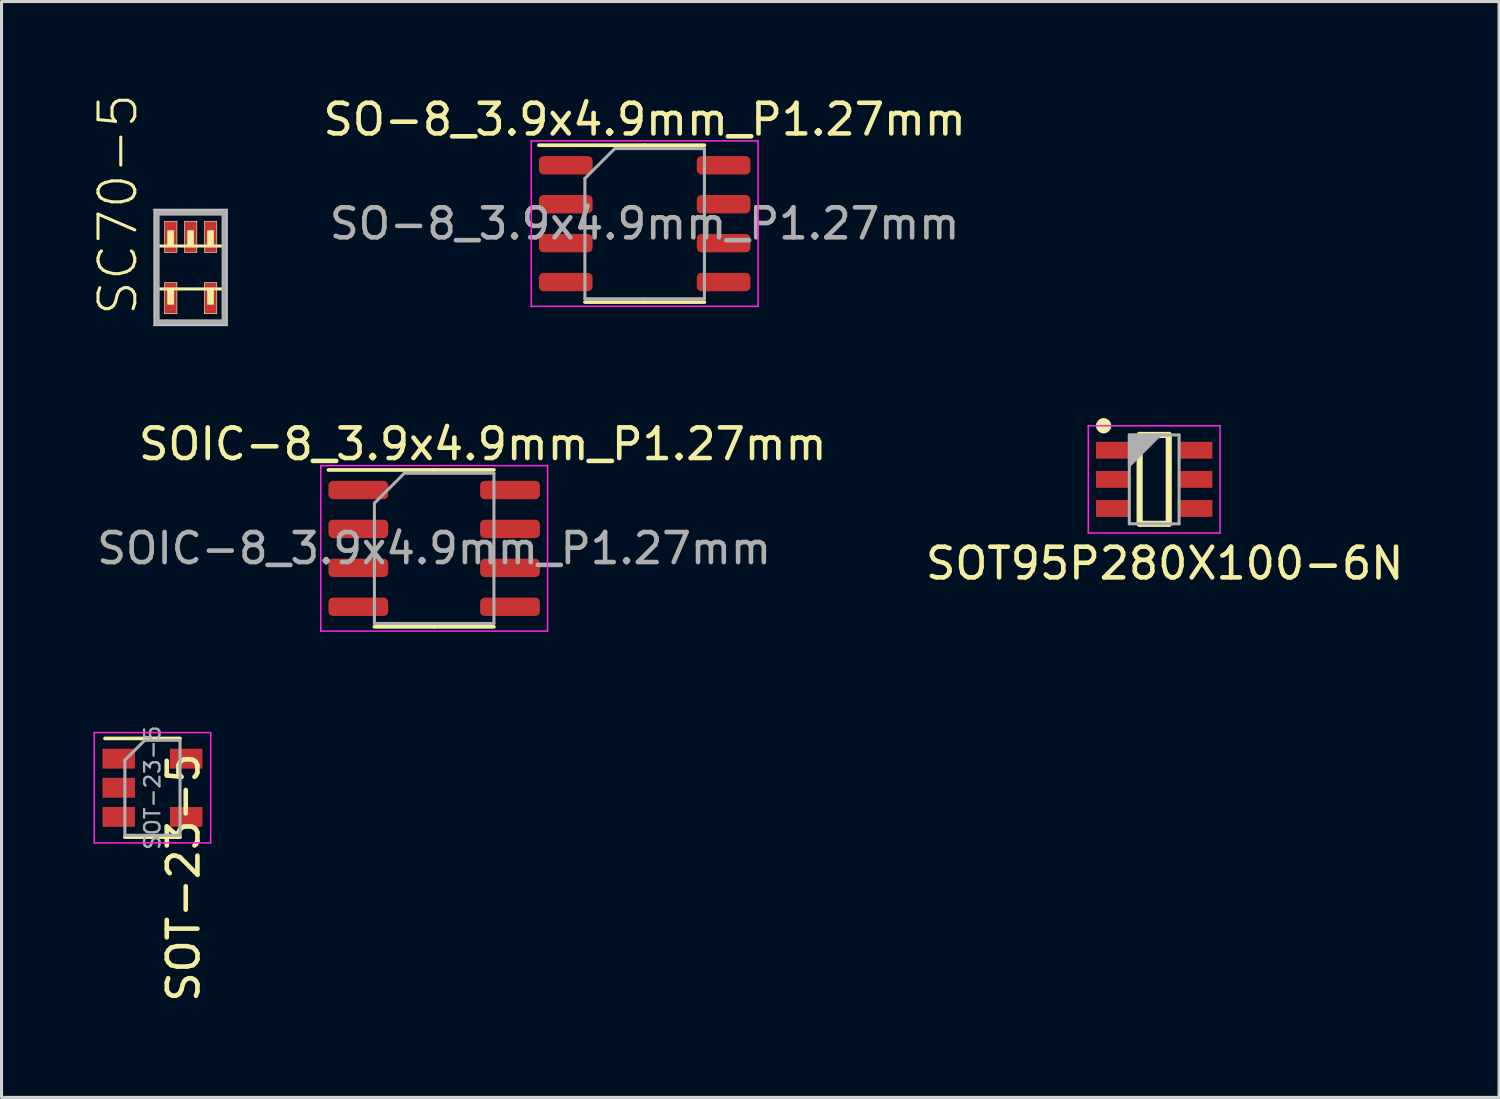
<source format=kicad_pcb>
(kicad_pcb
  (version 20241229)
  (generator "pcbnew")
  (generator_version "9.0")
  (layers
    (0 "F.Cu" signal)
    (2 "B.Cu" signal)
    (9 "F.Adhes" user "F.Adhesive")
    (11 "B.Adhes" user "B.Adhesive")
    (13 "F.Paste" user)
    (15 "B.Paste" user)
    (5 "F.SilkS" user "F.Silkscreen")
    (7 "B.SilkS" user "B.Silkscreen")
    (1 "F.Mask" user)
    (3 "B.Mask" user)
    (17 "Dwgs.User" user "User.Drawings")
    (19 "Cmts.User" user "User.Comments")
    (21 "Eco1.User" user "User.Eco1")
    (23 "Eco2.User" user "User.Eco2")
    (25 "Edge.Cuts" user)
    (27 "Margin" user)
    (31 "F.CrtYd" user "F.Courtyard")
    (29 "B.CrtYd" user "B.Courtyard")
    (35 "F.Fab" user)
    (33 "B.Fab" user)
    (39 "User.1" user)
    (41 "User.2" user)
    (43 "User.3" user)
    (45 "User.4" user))
  (footprint "SOT-23-5"
    (layer "F.Cu")
    (at 1.925 22.655)
    (property "Reference" "SOT-23-5" (at 1.012 2.93 90) (layer "F.SilkS") (effects (font (size 1 1) (thickness 0.15))))
    (attr smd)
    (fp_line (start -0.9 1.61) (end 0.9 1.61) (stroke (width 0.12) (type solid)) (layer "F.SilkS"))
    (fp_line (start 0.9 -1.61) (end -1.55 -1.61) (stroke (width 0.12) (type solid)) (layer "F.SilkS"))
    (fp_line (start -1.9 -1.8) (end 1.9 -1.8) (stroke (width 0.05) (type solid)) (layer "F.CrtYd"))
    (fp_line (start -1.9 1.8) (end -1.9 -1.8) (stroke (width 0.05) (type solid)) (layer "F.CrtYd"))
    (fp_line (start 1.9 -1.8) (end 1.9 1.8) (stroke (width 0.05) (type solid)) (layer "F.CrtYd"))
    (fp_line (start 1.9 1.8) (end -1.9 1.8) (stroke (width 0.05) (type solid)) (layer "F.CrtYd"))
    (fp_line (start -0.9 -0.9) (end -0.9 1.55) (stroke (width 0.1) (type solid)) (layer "F.Fab"))
    (fp_line (start -0.9 -0.9) (end -0.25 -1.55) (stroke (width 0.1) (type solid)) (layer "F.Fab"))
    (fp_line (start 0.9 -1.55) (end -0.25 -1.55) (stroke (width 0.1) (type solid)) (layer "F.Fab"))
    (fp_line (start 0.9 -1.55) (end 0.9 1.55) (stroke (width 0.1) (type solid)) (layer "F.Fab"))
    (fp_line (start 0.9 1.55) (end -0.9 1.55) (stroke (width 0.1) (type solid)) (layer "F.Fab"))
    (fp_text user "${REFERENCE}" (at 0 0 270) (layer "F.Fab") (effects (font (size 0.5 0.5) (thickness 0.075))))
    (pad "1" smd rect (at -1.1 -0.95) (size 1.06 0.65) (layers "F.Cu" "F.Mask" "F.Paste"))
    (pad "2" smd rect (at -1.1 0) (size 1.06 0.65) (layers "F.Cu" "F.Mask" "F.Paste"))
    (pad "3" smd rect (at -1.1 0.95) (size 1.06 0.65) (layers "F.Cu" "F.Mask" "F.Paste"))
    (pad "4" smd rect (at 1.1 0.95) (size 1.06 0.65) (layers "F.Cu" "F.Mask" "F.Paste"))
    (pad "5" smd rect (at 1.1 -0.95) (size 1.06 0.65) (layers "F.Cu" "F.Mask" "F.Paste")))
  (footprint "SOIC-8_3.9x4.9mm_P1.27mm"
    (layer "F.Cu")
    (at 11.117 14.844)
    (property "Reference" "SOIC-8_3.9x4.9mm_P1.27mm" (at 1.587 -3.404 0) (layer "F.SilkS") (effects (font (size 1 1) (thickness 0.15))))
    (attr smd)
    (fp_line (start 0 -2.56) (end -3.45 -2.56) (stroke (width 0.12) (type solid)) (layer "F.SilkS"))
    (fp_line (start 0 -2.56) (end 1.95 -2.56) (stroke (width 0.12) (type solid)) (layer "F.SilkS"))
    (fp_line (start 0 2.56) (end -1.95 2.56) (stroke (width 0.12) (type solid)) (layer "F.SilkS"))
    (fp_line (start 0 2.56) (end 1.95 2.56) (stroke (width 0.12) (type solid)) (layer "F.SilkS"))
    (fp_line (start -3.7 -2.7) (end -3.7 2.7) (stroke (width 0.05) (type solid)) (layer "F.CrtYd"))
    (fp_line (start -3.7 2.7) (end 3.7 2.7) (stroke (width 0.05) (type solid)) (layer "F.CrtYd"))
    (fp_line (start 3.7 -2.7) (end -3.7 -2.7) (stroke (width 0.05) (type solid)) (layer "F.CrtYd"))
    (fp_line (start 3.7 2.7) (end 3.7 -2.7) (stroke (width 0.05) (type solid)) (layer "F.CrtYd"))
    (fp_line (start -1.95 -1.475) (end -0.975 -2.45) (stroke (width 0.1) (type solid)) (layer "F.Fab"))
    (fp_line (start -1.95 2.45) (end -1.95 -1.475) (stroke (width 0.1) (type solid)) (layer "F.Fab"))
    (fp_line (start -0.975 -2.45) (end 1.95 -2.45) (stroke (width 0.1) (type solid)) (layer "F.Fab"))
    (fp_line (start 1.95 -2.45) (end 1.95 2.45) (stroke (width 0.1) (type solid)) (layer "F.Fab"))
    (fp_line (start 1.95 2.45) (end -1.95 2.45) (stroke (width 0.1) (type solid)) (layer "F.Fab"))
    (fp_text user "${REFERENCE}" (at 0 0 0) (layer "F.Fab") (effects (font (size 0.98 0.98) (thickness 0.15))))
    (pad "1" smd roundrect (at -2.475 -1.905) (size 1.95 0.6) (layers "F.Cu" "F.Mask" "F.Paste") (roundrect_rratio 0.25))
    (pad "2" smd roundrect (at -2.475 -0.635) (size 1.95 0.6) (layers "F.Cu" "F.Mask" "F.Paste") (roundrect_rratio 0.25))
    (pad "3" smd roundrect (at -2.475 0.635) (size 1.95 0.6) (layers "F.Cu" "F.Mask" "F.Paste") (roundrect_rratio 0.25))
    (pad "4" smd roundrect (at -2.475 1.905) (size 1.95 0.6) (layers "F.Cu" "F.Mask" "F.Paste") (roundrect_rratio 0.25))
    (pad "5" smd roundrect (at 2.475 1.905) (size 1.95 0.6) (layers "F.Cu" "F.Mask" "F.Paste") (roundrect_rratio 0.25))
    (pad "6" smd roundrect (at 2.475 0.635) (size 1.95 0.6) (layers "F.Cu" "F.Mask" "F.Paste") (roundrect_rratio 0.25))
    (pad "7" smd roundrect (at 2.475 -0.635) (size 1.95 0.6) (layers "F.Cu" "F.Mask" "F.Paste") (roundrect_rratio 0.25))
    (pad "8" smd roundrect (at 2.475 -1.905) (size 1.95 0.6) (layers "F.Cu" "F.Mask" "F.Paste") (roundrect_rratio 0.25)))
  (footprint "SO-8_3.9x4.9mm_P1.27mm"
    (layer "F.Cu")
    (at 17.986 4.248)
    (property "Reference" "SO-8_3.9x4.9mm_P1.27mm" (at 0 -3.4 0) (layer "F.SilkS") (effects (font (size 1 1) (thickness 0.15))))
    (attr smd)
    (fp_line (start 0 -2.56) (end -3.45 -2.56) (stroke (width 0.12) (type solid)) (layer "F.SilkS"))
    (fp_line (start 0 -2.56) (end 1.95 -2.56) (stroke (width 0.12) (type solid)) (layer "F.SilkS"))
    (fp_line (start 0 2.56) (end -1.95 2.56) (stroke (width 0.12) (type solid)) (layer "F.SilkS"))
    (fp_line (start 0 2.56) (end 1.95 2.56) (stroke (width 0.12) (type solid)) (layer "F.SilkS"))
    (fp_line (start -3.7 -2.7) (end -3.7 2.7) (stroke (width 0.05) (type solid)) (layer "F.CrtYd"))
    (fp_line (start -3.7 2.7) (end 3.7 2.7) (stroke (width 0.05) (type solid)) (layer "F.CrtYd"))
    (fp_line (start 3.7 -2.7) (end -3.7 -2.7) (stroke (width 0.05) (type solid)) (layer "F.CrtYd"))
    (fp_line (start 3.7 2.7) (end 3.7 -2.7) (stroke (width 0.05) (type solid)) (layer "F.CrtYd"))
    (fp_line (start -1.95 -1.475) (end -0.975 -2.45) (stroke (width 0.1) (type solid)) (layer "F.Fab"))
    (fp_line (start -1.95 2.45) (end -1.95 -1.475) (stroke (width 0.1) (type solid)) (layer "F.Fab"))
    (fp_line (start -0.975 -2.45) (end 1.95 -2.45) (stroke (width 0.1) (type solid)) (layer "F.Fab"))
    (fp_line (start 1.95 -2.45) (end 1.95 2.45) (stroke (width 0.1) (type solid)) (layer "F.Fab"))
    (fp_line (start 1.95 2.45) (end -1.95 2.45) (stroke (width 0.1) (type solid)) (layer "F.Fab"))
    (fp_text user "${REFERENCE}" (at 0 0 0) (layer "F.Fab") (effects (font (size 0.98 0.98) (thickness 0.15))))
    (pad "1" smd roundrect (at -2.575 -1.905) (size 1.75 0.6) (layers "F.Cu" "F.Mask" "F.Paste") (roundrect_rratio 0.25))
    (pad "2" smd roundrect (at -2.575 -0.635) (size 1.75 0.6) (layers "F.Cu" "F.Mask" "F.Paste") (roundrect_rratio 0.25))
    (pad "3" smd roundrect (at -2.575 0.635) (size 1.75 0.6) (layers "F.Cu" "F.Mask" "F.Paste") (roundrect_rratio 0.25))
    (pad "4" smd roundrect (at -2.575 1.905) (size 1.75 0.6) (layers "F.Cu" "F.Mask" "F.Paste") (roundrect_rratio 0.25))
    (pad "5" smd roundrect (at 2.575 1.905) (size 1.75 0.6) (layers "F.Cu" "F.Mask" "F.Paste") (roundrect_rratio 0.25))
    (pad "6" smd roundrect (at 2.575 0.635) (size 1.75 0.6) (layers "F.Cu" "F.Mask" "F.Paste") (roundrect_rratio 0.25))
    (pad "7" smd roundrect (at 2.575 -0.635) (size 1.75 0.6) (layers "F.Cu" "F.Mask" "F.Paste") (roundrect_rratio 0.25))
    (pad "8" smd roundrect (at 2.575 -1.905) (size 1.75 0.6) (layers "F.Cu" "F.Mask" "F.Paste") (roundrect_rratio 0.25)))
  (footprint "SC70-5"
    (placed yes)
    (layer "F.Cu")
    (at 3.17 5.677)
    (property "Reference" "SC70-5" (at -1.67 1.64 90) (layer "F.SilkS") (effects (font (size 1.2 1.2) (thickness 0.1)) (justify left bottom)))
    (attr through_hole)
    (fp_line (start -1.1 -0.7) (end -1.1 0.7) (stroke (width 0.1) (type solid)) (layer "F.SilkS"))
    (fp_line (start -1.1 0.7) (end 1.1 0.7) (stroke (width 0.1) (type solid)) (layer "F.SilkS"))
    (fp_line (start -0.853 -1.508) (end -0.447 -1.508) (stroke (width 0.02) (type solid)) (layer "F.SilkS"))
    (fp_line (start -0.853 -0.492) (end -0.853 -1.508) (stroke (width 0.02) (type solid)) (layer "F.SilkS"))
    (fp_line (start -0.853 0.492) (end -0.447 0.492) (stroke (width 0.02) (type solid)) (layer "F.SilkS"))
    (fp_line (start -0.853 1.508) (end -0.853 0.492) (stroke (width 0.02) (type solid)) (layer "F.SilkS"))
    (fp_line (start -0.447 -1.508) (end -0.447 -0.492) (stroke (width 0.02) (type solid)) (layer "F.SilkS"))
    (fp_line (start -0.447 -0.492) (end -0.853 -0.492) (stroke (width 0.02) (type solid)) (layer "F.SilkS"))
    (fp_line (start -0.447 0.492) (end -0.447 1.508) (stroke (width 0.02) (type solid)) (layer "F.SilkS"))
    (fp_line (start -0.447 1.508) (end -0.853 1.508) (stroke (width 0.02) (type solid)) (layer "F.SilkS"))
    (fp_line (start -0.203 -1.508) (end 0.203 -1.508) (stroke (width 0.02) (type solid)) (layer "F.SilkS"))
    (fp_line (start -0.203 -0.492) (end -0.203 -1.508) (stroke (width 0.02) (type solid)) (layer "F.SilkS"))
    (fp_line (start 0.203 -1.508) (end 0.203 -0.492) (stroke (width 0.02) (type solid)) (layer "F.SilkS"))
    (fp_line (start 0.203 -0.492) (end -0.203 -0.492) (stroke (width 0.02) (type solid)) (layer "F.SilkS"))
    (fp_line (start 0.447 -1.508) (end 0.853 -1.508) (stroke (width 0.02) (type solid)) (layer "F.SilkS"))
    (fp_line (start 0.447 -0.492) (end 0.447 -1.508) (stroke (width 0.02) (type solid)) (layer "F.SilkS"))
    (fp_line (start 0.447 0.492) (end 0.853 0.492) (stroke (width 0.02) (type solid)) (layer "F.SilkS"))
    (fp_line (start 0.447 1.508) (end 0.447 0.492) (stroke (width 0.02) (type solid)) (layer "F.SilkS"))
    (fp_line (start 0.853 -1.508) (end 0.853 -0.492) (stroke (width 0.02) (type solid)) (layer "F.SilkS"))
    (fp_line (start 0.853 -0.492) (end 0.447 -0.492) (stroke (width 0.02) (type solid)) (layer "F.SilkS"))
    (fp_line (start 0.853 0.492) (end 0.853 1.508) (stroke (width 0.02) (type solid)) (layer "F.SilkS"))
    (fp_line (start 0.853 1.508) (end 0.447 1.508) (stroke (width 0.02) (type solid)) (layer "F.SilkS"))
    (fp_line (start 1.1 -0.7) (end -1.1 -0.7) (stroke (width 0.1) (type solid)) (layer "F.SilkS"))
    (fp_line (start 1.1 0.7) (end 1.1 -0.7) (stroke (width 0.1) (type solid)) (layer "F.SilkS"))
    (fp_poly (pts (xy -0.55 -0.7) (xy -0.75 -0.7) (xy -0.75 -1.2) (xy -0.55 -1.2) (xy -0.55 -0.7)) (stroke (width 0.02) (type solid)) (fill yes) (layer "F.SilkS"))
    (fp_poly (pts (xy -0.55 0.7) (xy -0.55 1.2) (xy -0.75 1.2) (xy -0.75 0.7) (xy -0.55 0.7)) (stroke (width 0.02) (type solid)) (fill yes) (layer "F.SilkS"))
    (fp_poly (pts (xy -0.1 -0.7) (xy -0.1 -1.2) (xy 0.1 -1.2) (xy 0.1 -0.7) (xy -0.1 -0.7)) (stroke (width 0.02) (type solid)) (fill yes) (layer "F.SilkS"))
    (fp_poly (pts (xy 0.55 -0.7) (xy 0.55 -1.2) (xy 0.75 -1.2) (xy 0.75 -0.7) (xy 0.55 -0.7)) (stroke (width 0.02) (type solid)) (fill yes) (layer "F.SilkS"))
    (fp_poly (pts (xy 0.55 1.2) (xy 0.55 0.7) (xy 0.75 0.7) (xy 0.75 1.2) (xy 0.55 1.2)) (stroke (width 0.02) (type solid)) (fill yes) (layer "F.SilkS"))
    (fp_line (start -1.19 -1.89) (end 1.19 -1.89) (stroke (width 0.05) (type solid)) (layer "Dwgs.User"))
    (fp_line (start -1.19 1.89) (end -1.19 -1.89) (stroke (width 0.05) (type solid)) (layer "Dwgs.User"))
    (fp_line (start 1.19 -1.89) (end 1.19 1.89) (stroke (width 0.05) (type solid)) (layer "Dwgs.User"))
    (fp_line (start 1.19 1.89) (end -1.19 1.89) (stroke (width 0.05) (type solid)) (layer "Dwgs.User"))
    (fp_line (start -1.1 -1.8) (end -1.1 1.8) (stroke (width 0.18) (type solid)) (layer "F.Fab"))
    (fp_line (start -1.1 1.8) (end 1.1 1.8) (stroke (width 0.18) (type solid)) (layer "F.Fab"))
    (fp_line (start 1.1 -1.8) (end -1.1 -1.8) (stroke (width 0.18) (type solid)) (layer "F.Fab"))
    (fp_line (start 1.1 1.8) (end 1.1 -1.8) (stroke (width 0.18) (type solid)) (layer "F.Fab"))
    (fp_poly (pts (xy -1.1 -1.7) (xy 1.1 -1.7) (xy 1.1 1.7) (xy -1.1 1.7)) (stroke (width 0.02) (type solid)) (fill no) (layer "F.Fab"))
    (pad "1" smd rect (at 0.65 -1) (size 0.406 1.016) (layers "F.Cu" "F.Mask" "F.Paste"))
    (pad "2" smd rect (at 0 -1) (size 0.406 1.016) (layers "F.Cu" "F.Mask" "F.Paste"))
    (pad "3" smd rect (at -0.65 -1) (size 0.406 1.016) (layers "F.Cu" "F.Mask" "F.Paste"))
    (pad "4" smd rect (at -0.65 1) (size 0.406 1.016) (layers "F.Cu" "F.Mask" "F.Paste"))
    (pad "5" smd rect (at 0.65 1) (size 0.406 1.016) (layers "F.Cu" "F.Mask" "F.Paste")))
  (footprint "SOT95P280X100-6N"
    (layer "F.Cu")
    (at 34.612 12.592)
    (property "Reference" "SOT95P280X100-6N" (at 0.343 2.743 180) (layer "F.SilkS") (effects (font (size 1 1) (thickness 0.15))))
    (attr smd)
    (fp_line (start -0.475 -1.45) (end 0.475 -1.45) (stroke (width 0.2) (type solid)) (layer "F.SilkS"))
    (fp_line (start -0.475 1.45) (end -0.475 -1.45) (stroke (width 0.2) (type solid)) (layer "F.SilkS"))
    (fp_line (start -0.475 1.45) (end 0.475 1.45) (stroke (width 0.2) (type solid)) (layer "F.SilkS"))
    (fp_line (start 0.475 1.45) (end 0.475 -1.45) (stroke (width 0.2) (type solid)) (layer "F.SilkS"))
    (fp_circle (center -1.65 -1.75) (end -1.525 -1.75) (stroke (width 0.25) (type solid)) (fill no) (layer "F.SilkS"))
    (fp_line (start -2.15 -1.75) (end 2.15 -1.75) (stroke (width 0.05) (type solid)) (layer "F.CrtYd"))
    (fp_line (start -2.15 1.75) (end -2.15 -1.75) (stroke (width 0.05) (type solid)) (layer "F.CrtYd"))
    (fp_line (start -2.15 1.75) (end 2.15 1.75) (stroke (width 0.05) (type solid)) (layer "F.CrtYd"))
    (fp_line (start 2.15 1.75) (end 2.15 -1.75) (stroke (width 0.05) (type solid)) (layer "F.CrtYd"))
    (fp_line (start -0.812 -1.45) (end 0.812 -1.45) (stroke (width 0.1) (type solid)) (layer "F.Fab"))
    (fp_line (start -0.812 -1.35) (end -0.712 -1.45) (stroke (width 0.1) (type solid)) (layer "F.Fab"))
    (fp_line (start -0.812 -1.25) (end -0.612 -1.45) (stroke (width 0.1) (type solid)) (layer "F.Fab"))
    (fp_line (start -0.812 -1.15) (end -0.512 -1.45) (stroke (width 0.1) (type solid)) (layer "F.Fab"))
    (fp_line (start -0.812 -1.05) (end -0.412 -1.45) (stroke (width 0.1) (type solid)) (layer "F.Fab"))
    (fp_line (start -0.812 -0.95) (end -0.312 -1.45) (stroke (width 0.1) (type solid)) (layer "F.Fab"))
    (fp_line (start -0.812 -0.85) (end -0.212 -1.45) (stroke (width 0.1) (type solid)) (layer "F.Fab"))
    (fp_line (start -0.812 -0.75) (end -0.112 -1.45) (stroke (width 0.1) (type solid)) (layer "F.Fab"))
    (fp_line (start -0.812 -0.65) (end -0.012 -1.45) (stroke (width 0.1) (type solid)) (layer "F.Fab"))
    (fp_line (start -0.812 -0.55) (end 0.088 -1.45) (stroke (width 0.1) (type solid)) (layer "F.Fab"))
    (fp_line (start -0.812 -0.45) (end 0.188 -1.45) (stroke (width 0.1) (type solid)) (layer "F.Fab"))
    (fp_line (start -0.812 1.45) (end -0.812 -1.45) (stroke (width 0.1) (type solid)) (layer "F.Fab"))
    (fp_line (start -0.812 1.45) (end 0.812 1.45) (stroke (width 0.1) (type solid)) (layer "F.Fab"))
    (fp_line (start 0.812 1.45) (end 0.812 -1.45) (stroke (width 0.1) (type solid)) (layer "F.Fab"))
    (pad "1" smd rect (at -1.35 -0.95) (size 1.1 0.55) (layers "F.Cu" "F.Mask" "F.Paste"))
    (pad "2" smd rect (at -1.35 0) (size 1.1 0.55) (layers "F.Cu" "F.Mask" "F.Paste"))
    (pad "3" smd rect (at -1.35 0.95) (size 1.1 0.55) (layers "F.Cu" "F.Mask" "F.Paste"))
    (pad "4" smd rect (at 1.35 0.95) (size 1.1 0.55) (layers "F.Cu" "F.Mask" "F.Paste"))
    (pad "5" smd rect (at 1.35 0) (size 1.1 0.55) (layers "F.Cu" "F.Mask" "F.Paste"))
    (pad "6" smd rect (at 1.35 -0.95) (size 1.1 0.55) (layers "F.Cu" "F.Mask" "F.Paste")))
  (gr_rect
    (start -3 -3)
    (end 45.865 32.758)
    (stroke (width 0.1) (type default))
    (fill no)
    (layer "Edge.Cuts")))
</source>
